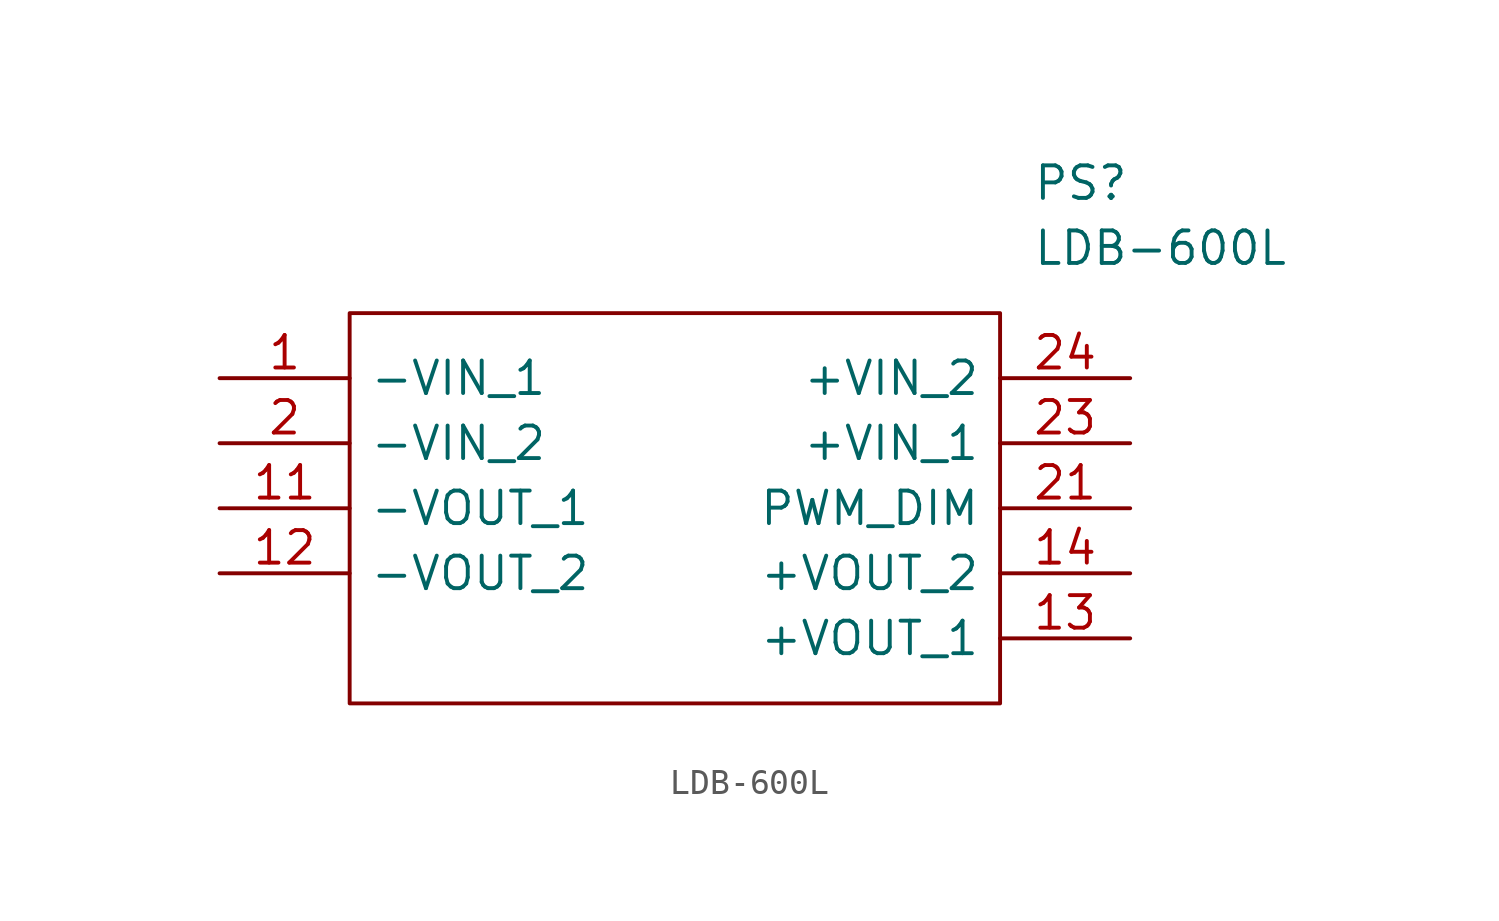
<source format=kicad_sym>
(kicad_symbol_lib
  (version 20231120)
  (generator "kicad_symbol_editor")
  (generator_version "8.0")
  (symbol "LDB-600L"
    (pin_names
      (offset 0.762))
    (property "Reference" "PS"
      (at 31.75 7.62 0)
      (effects (font (size 1.27 1.27)) (justify left)))
    (property "Value" "LDB-600L"
      (at 31.75 5.08 0)
      (effects (font (size 1.27 1.27)) (justify left)))
    (symbol "LDB-600L_0_0"
      (pin passive line (at 0 0 0) (length 5.08) (name "-VIN_1" (effects (font (size 1.27 1.27)))) (number "1" (effects (font (size 1.27 1.27)))))
      (pin passive line (at 0 -5.08 0) (length 5.08) (name "-VOUT_1" (effects (font (size 1.27 1.27)))) (number "11" (effects (font (size 1.27 1.27)))))
      (pin passive line (at 0 -7.62 0) (length 5.08) (name "-VOUT_2" (effects (font (size 1.27 1.27)))) (number "12" (effects (font (size 1.27 1.27)))))
      (pin passive line (at 35.56 -10.16 180) (length 5.08) (name "+VOUT_1" (effects (font (size 1.27 1.27)))) (number "13" (effects (font (size 1.27 1.27)))))
      (pin passive line (at 35.56 -7.62 180) (length 5.08) (name "+VOUT_2" (effects (font (size 1.27 1.27)))) (number "14" (effects (font (size 1.27 1.27)))))
      (pin passive line (at 0 -2.54 0) (length 5.08) (name "-VIN_2" (effects (font (size 1.27 1.27)))) (number "2" (effects (font (size 1.27 1.27)))))
      (pin passive line (at 35.56 -5.08 180) (length 5.08) (name "PWM_DIM" (effects (font (size 1.27 1.27)))) (number "21" (effects (font (size 1.27 1.27)))))
      (pin passive line (at 35.56 -2.54 180) (length 5.08) (name "+VIN_1" (effects (font (size 1.27 1.27)))) (number "23" (effects (font (size 1.27 1.27)))))
      (pin passive line (at 35.56 0 180) (length 5.08) (name "+VIN_2" (effects (font (size 1.27 1.27)))) (number "24" (effects (font (size 1.27 1.27))))))
    (symbol "LDB-600L_0_1"
      (polyline (pts (xy 5.08 2.54) (xy 30.48 2.54) (xy 30.48 -12.7) (xy 5.08 -12.7) (xy 5.08 2.54)) (stroke (width 0.152) (type solid)) (fill (type none))))))
</source>
